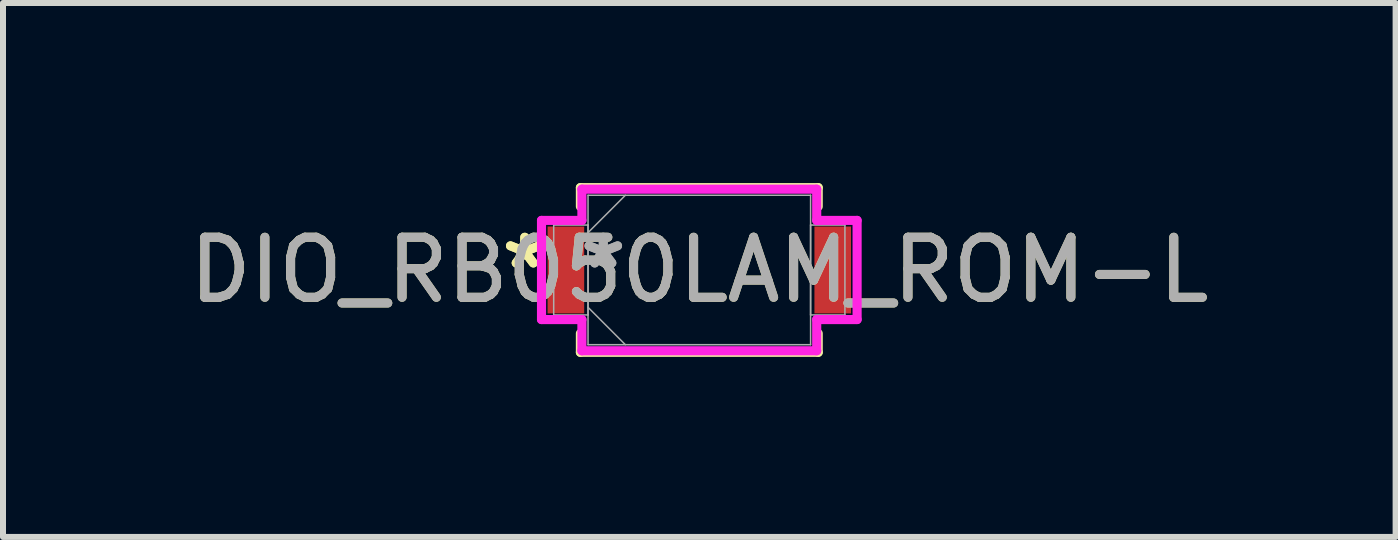
<source format=kicad_pcb>
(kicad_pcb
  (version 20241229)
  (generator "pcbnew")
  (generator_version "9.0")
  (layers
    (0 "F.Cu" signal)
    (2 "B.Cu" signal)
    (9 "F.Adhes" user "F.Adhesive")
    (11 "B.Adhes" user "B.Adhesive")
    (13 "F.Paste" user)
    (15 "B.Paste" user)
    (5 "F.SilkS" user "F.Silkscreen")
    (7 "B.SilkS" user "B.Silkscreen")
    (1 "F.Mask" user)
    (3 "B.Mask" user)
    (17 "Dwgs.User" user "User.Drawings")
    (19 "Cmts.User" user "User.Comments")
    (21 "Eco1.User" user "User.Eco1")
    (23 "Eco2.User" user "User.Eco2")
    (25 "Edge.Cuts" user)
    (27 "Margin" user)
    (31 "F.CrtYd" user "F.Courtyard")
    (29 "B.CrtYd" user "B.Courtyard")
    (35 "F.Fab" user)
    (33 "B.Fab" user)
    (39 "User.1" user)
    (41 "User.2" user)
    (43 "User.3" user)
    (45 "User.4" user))
  (footprint "DIO_RB050LAM_ROM-L"
    (layer "F.Cu")
    (at 8.601 1.448)
    (property "Reference" "DIO_RB050LAM_ROM-L" (at 0 0 0) (unlocked yes) (layer "F.SilkS") (effects (font (size 1 1) (thickness 0.15))))
    (attr smd)
    (fp_line (start -1.981 -1.372) (end -1.981 -1.057) (stroke (width 0.152) (type solid)) (layer "F.SilkS"))
    (fp_line (start -1.981 1.057) (end -1.981 1.372) (stroke (width 0.152) (type solid)) (layer "F.SilkS"))
    (fp_line (start -1.981 1.372) (end 1.981 1.372) (stroke (width 0.152) (type solid)) (layer "F.SilkS"))
    (fp_line (start 1.981 -1.372) (end -1.981 -1.372) (stroke (width 0.152) (type solid)) (layer "F.SilkS"))
    (fp_line (start 1.981 -1.057) (end 1.981 -1.372) (stroke (width 0.152) (type solid)) (layer "F.SilkS"))
    (fp_line (start 1.981 1.372) (end 1.981 1.057) (stroke (width 0.152) (type solid)) (layer "F.SilkS"))
    (fp_line (start -2.629 -0.826) (end -1.956 -0.826) (stroke (width 0.152) (type solid)) (layer "F.CrtYd"))
    (fp_line (start -2.629 0.826) (end -2.629 -0.826) (stroke (width 0.152) (type solid)) (layer "F.CrtYd"))
    (fp_line (start -1.956 -1.346) (end 1.956 -1.346) (stroke (width 0.152) (type solid)) (layer "F.CrtYd"))
    (fp_line (start -1.956 -0.826) (end -1.956 -1.346) (stroke (width 0.152) (type solid)) (layer "F.CrtYd"))
    (fp_line (start -1.956 0.826) (end -2.629 0.826) (stroke (width 0.152) (type solid)) (layer "F.CrtYd"))
    (fp_line (start -1.956 1.346) (end -1.956 0.826) (stroke (width 0.152) (type solid)) (layer "F.CrtYd"))
    (fp_line (start 1.956 -1.346) (end 1.956 -0.826) (stroke (width 0.152) (type solid)) (layer "F.CrtYd"))
    (fp_line (start 1.956 -0.826) (end 2.629 -0.826) (stroke (width 0.152) (type solid)) (layer "F.CrtYd"))
    (fp_line (start 1.956 0.826) (end 1.956 1.346) (stroke (width 0.152) (type solid)) (layer "F.CrtYd"))
    (fp_line (start 1.956 1.346) (end -1.956 1.346) (stroke (width 0.152) (type solid)) (layer "F.CrtYd"))
    (fp_line (start 2.629 -0.826) (end 2.629 0.826) (stroke (width 0.152) (type solid)) (layer "F.CrtYd"))
    (fp_line (start 2.629 0.826) (end 1.956 0.826) (stroke (width 0.152) (type solid)) (layer "F.CrtYd"))
    (fp_line (start -2.426 -0.749) (end -2.426 0.749) (stroke (width 0.025) (type solid)) (layer "F.Fab"))
    (fp_line (start -2.426 0.749) (end -1.854 0.749) (stroke (width 0.025) (type solid)) (layer "F.Fab"))
    (fp_line (start -1.854 -1.245) (end -1.854 1.245) (stroke (width 0.025) (type solid)) (layer "F.Fab"))
    (fp_line (start -1.854 -0.749) (end -2.426 -0.749) (stroke (width 0.025) (type solid)) (layer "F.Fab"))
    (fp_line (start -1.854 -0.622) (end -1.232 -1.245) (stroke (width 0.025) (type solid)) (layer "F.Fab"))
    (fp_line (start -1.854 0.622) (end -1.232 1.245) (stroke (width 0.025) (type solid)) (layer "F.Fab"))
    (fp_line (start -1.854 0.749) (end -1.854 -0.749) (stroke (width 0.025) (type solid)) (layer "F.Fab"))
    (fp_line (start -1.854 1.245) (end 1.854 1.245) (stroke (width 0.025) (type solid)) (layer "F.Fab"))
    (fp_line (start 1.854 -1.245) (end -1.854 -1.245) (stroke (width 0.025) (type solid)) (layer "F.Fab"))
    (fp_line (start 1.854 -0.749) (end 1.854 0.749) (stroke (width 0.025) (type solid)) (layer "F.Fab"))
    (fp_line (start 1.854 0.749) (end 2.426 0.749) (stroke (width 0.025) (type solid)) (layer "F.Fab"))
    (fp_line (start 1.854 1.245) (end 1.854 -1.245) (stroke (width 0.025) (type solid)) (layer "F.Fab"))
    (fp_line (start 2.426 -0.749) (end 1.854 -0.749) (stroke (width 0.025) (type solid)) (layer "F.Fab"))
    (fp_line (start 2.426 0.749) (end 2.426 -0.749) (stroke (width 0.025) (type solid)) (layer "F.Fab"))
    (fp_text user "*" (at -2.908 0 0) (layer "F.SilkS") (effects (font (size 1 1) (thickness 0.15))))
    (fp_text user "*" (at -2.908 0 0) (unlocked yes) (layer "F.SilkS") (effects (font (size 1 1) (thickness 0.15))))
    (fp_text user "*" (at -1.6 0 0) (layer "F.Fab") (effects (font (size 1 1) (thickness 0.15))))
    (fp_text user "*" (at -1.6 0 0) (unlocked yes) (layer "F.Fab") (effects (font (size 1 1) (thickness 0.15))))
    (fp_text user "${REFERENCE}" (at 0 0 0) (unlocked yes) (layer "F.Fab") (effects (font (size 1 1) (thickness 0.15))))
    (pad "1" smd rect (at -2.223 0) (size 0.61 1.448) (layers "F.Cu" "F.Mask" "F.Paste"))
    (pad "2" smd rect (at 2.223 0) (size 0.61 1.448) (layers "F.Cu" "F.Mask" "F.Paste"))
    (zone (net_name "") (layer "F.Cu") (hatch full 0.508) (connect_pads) (min_thickness 0.254) (filled_areas_thickness no) (keepout (tracks not_allowed) (vias not_allowed) (pads allowed) (copperpour not_allowed) (footprints allowed)) (placement (enabled no)) (fill) (polygon (pts (xy 6.734 0.254) (xy 10.468 0.254) (xy 10.468 2.642) (xy 6.734 2.642)))))
  (gr_rect
    (start -3 -3)
    (end 20.202 5.896)
    (stroke (width 0.1) (type default))
    (fill no)
    (layer "Edge.Cuts")))
</source>
